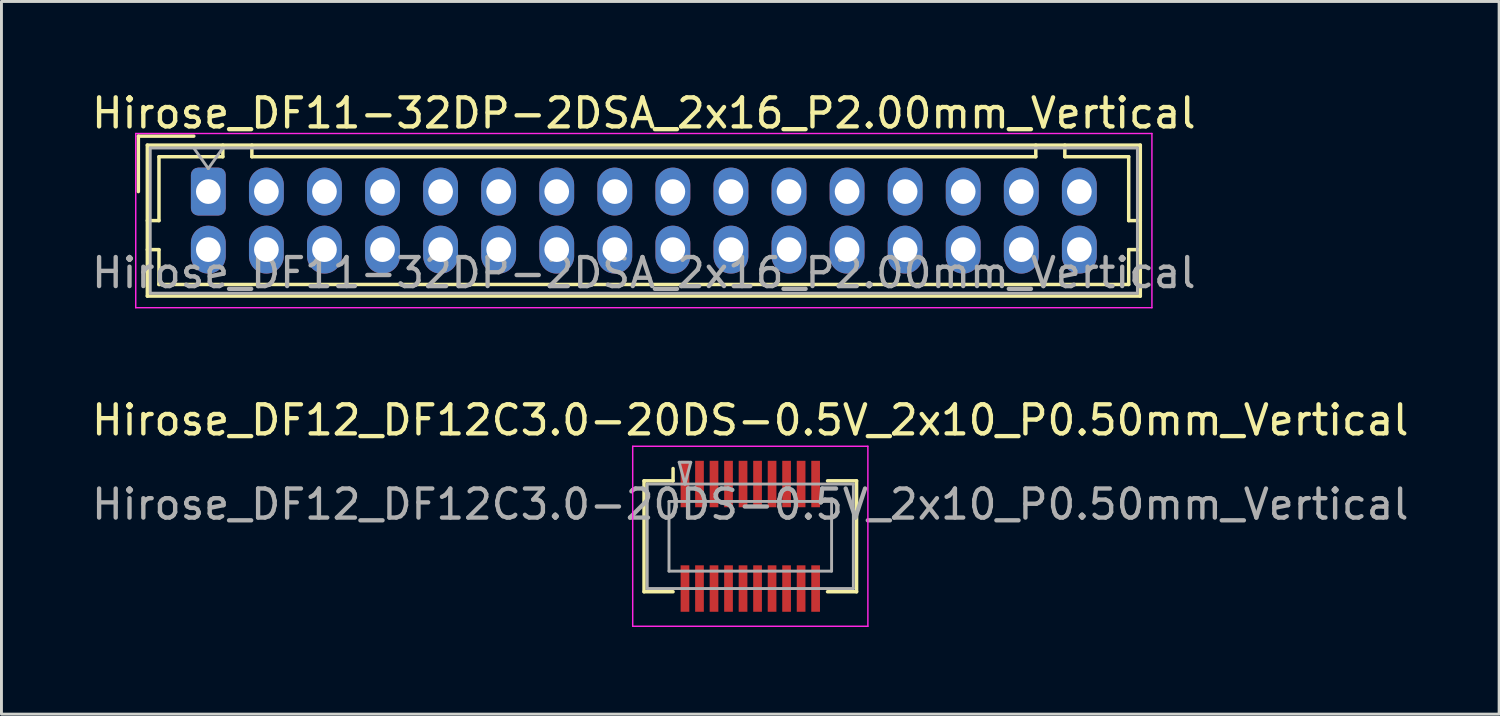
<source format=kicad_pcb>
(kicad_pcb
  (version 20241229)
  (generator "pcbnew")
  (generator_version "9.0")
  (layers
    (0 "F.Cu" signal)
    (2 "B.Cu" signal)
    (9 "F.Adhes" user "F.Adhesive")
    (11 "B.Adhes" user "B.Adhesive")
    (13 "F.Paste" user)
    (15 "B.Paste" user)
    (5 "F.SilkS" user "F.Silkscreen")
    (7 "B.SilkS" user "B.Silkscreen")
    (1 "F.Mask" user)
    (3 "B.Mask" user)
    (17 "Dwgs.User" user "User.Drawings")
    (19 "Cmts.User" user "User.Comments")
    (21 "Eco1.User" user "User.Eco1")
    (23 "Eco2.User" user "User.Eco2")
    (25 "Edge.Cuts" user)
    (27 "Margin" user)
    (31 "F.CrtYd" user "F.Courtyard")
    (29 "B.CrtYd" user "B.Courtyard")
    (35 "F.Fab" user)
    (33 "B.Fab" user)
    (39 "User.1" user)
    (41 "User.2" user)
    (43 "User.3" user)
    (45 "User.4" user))
  (footprint "Hirose_DF12_DF12C3.0-20DS-0.5V_2x10_P0.50mm_Vertical"
    (layer "F.Cu")
    (at 22.792 15.421)
    (property "Reference" "Hirose_DF12_DF12C3.0-20DS-0.5V_2x10_P0.50mm_Vertical" (at 0 -4 0) (layer "F.SilkS") (effects (font (size 1 1) (thickness 0.15))))
    (attr smd)
    (fp_line (start -3.66 -1.91) (end -2.66 -1.91) (stroke (width 0.12) (type solid)) (layer "F.SilkS"))
    (fp_line (start -3.66 1.91) (end -3.66 -1.91) (stroke (width 0.12) (type solid)) (layer "F.SilkS"))
    (fp_line (start -2.66 -1.91) (end -2.66 -2.333) (stroke (width 0.12) (type solid)) (layer "F.SilkS"))
    (fp_line (start -2.66 1.91) (end -3.66 1.91) (stroke (width 0.12) (type solid)) (layer "F.SilkS"))
    (fp_line (start 2.66 1.91) (end 3.66 1.91) (stroke (width 0.12) (type solid)) (layer "F.SilkS"))
    (fp_line (start 3.66 -1.91) (end 2.66 -1.91) (stroke (width 0.12) (type solid)) (layer "F.SilkS"))
    (fp_line (start 3.66 1.91) (end 3.66 -1.91) (stroke (width 0.12) (type solid)) (layer "F.SilkS"))
    (fp_line (start -4.05 -3.1) (end -4.05 3.1) (stroke (width 0.05) (type solid)) (layer "F.CrtYd"))
    (fp_line (start -4.05 3.1) (end 4.05 3.1) (stroke (width 0.05) (type solid)) (layer "F.CrtYd"))
    (fp_line (start 4.05 -3.1) (end -4.05 -3.1) (stroke (width 0.05) (type solid)) (layer "F.CrtYd"))
    (fp_line (start 4.05 3.1) (end 4.05 -3.1) (stroke (width 0.05) (type solid)) (layer "F.CrtYd"))
    (fp_line (start -3.55 -1.8) (end 3.55 -1.8) (stroke (width 0.1) (type solid)) (layer "F.Fab"))
    (fp_line (start -3.55 1.8) (end -3.55 -1.8) (stroke (width 0.1) (type solid)) (layer "F.Fab"))
    (fp_line (start -2.8 -1.2) (end 2.8 -1.2) (stroke (width 0.1) (type solid)) (layer "F.Fab"))
    (fp_line (start -2.8 1.2) (end -2.8 -1.2) (stroke (width 0.1) (type solid)) (layer "F.Fab"))
    (fp_line (start -2.45 -2.55) (end -2.25 -1.8) (stroke (width 0.1) (type solid)) (layer "F.Fab"))
    (fp_line (start -2.25 -1.8) (end -2.05 -2.55) (stroke (width 0.1) (type solid)) (layer "F.Fab"))
    (fp_line (start -2.05 -2.55) (end -2.45 -2.55) (stroke (width 0.1) (type solid)) (layer "F.Fab"))
    (fp_line (start 2.8 -1.2) (end 2.8 1.2) (stroke (width 0.1) (type solid)) (layer "F.Fab"))
    (fp_line (start 2.8 1.2) (end -2.8 1.2) (stroke (width 0.1) (type solid)) (layer "F.Fab"))
    (fp_line (start 3.55 -1.8) (end 3.55 1.8) (stroke (width 0.1) (type solid)) (layer "F.Fab"))
    (fp_line (start 3.55 1.8) (end -3.55 1.8) (stroke (width 0.1) (type solid)) (layer "F.Fab"))
    (fp_text user "${REFERENCE}" (at 0 -1.1 0) (layer "F.Fab") (effects (font (size 1 1) (thickness 0.15))))
    (pad "" smd rect (at -2.25 -2) (size 0.28 1.2) (layers "F.Paste"))
    (pad "" smd rect (at -2.25 2) (size 0.28 1.2) (layers "F.Paste"))
    (pad "" smd rect (at -1.75 -2) (size 0.28 1.2) (layers "F.Paste"))
    (pad "" smd rect (at -1.75 2) (size 0.28 1.2) (layers "F.Paste"))
    (pad "" smd rect (at -1.25 -2) (size 0.28 1.2) (layers "F.Paste"))
    (pad "" smd rect (at -1.25 2) (size 0.28 1.2) (layers "F.Paste"))
    (pad "" smd rect (at -0.75 -2) (size 0.28 1.2) (layers "F.Paste"))
    (pad "" smd rect (at -0.75 2) (size 0.28 1.2) (layers "F.Paste"))
    (pad "" smd rect (at -0.25 -2) (size 0.28 1.2) (layers "F.Paste"))
    (pad "" smd rect (at -0.25 2) (size 0.28 1.2) (layers "F.Paste"))
    (pad "" smd rect (at 0.25 -2) (size 0.28 1.2) (layers "F.Paste"))
    (pad "" smd rect (at 0.25 2) (size 0.28 1.2) (layers "F.Paste"))
    (pad "" smd rect (at 0.75 -2) (size 0.28 1.2) (layers "F.Paste"))
    (pad "" smd rect (at 0.75 2) (size 0.28 1.2) (layers "F.Paste"))
    (pad "" smd rect (at 1.25 -2) (size 0.28 1.2) (layers "F.Paste"))
    (pad "" smd rect (at 1.25 2) (size 0.28 1.2) (layers "F.Paste"))
    (pad "" smd rect (at 1.75 -2) (size 0.28 1.2) (layers "F.Paste"))
    (pad "" smd rect (at 1.75 2) (size 0.28 1.2) (layers "F.Paste"))
    (pad "" smd rect (at 2.25 -2) (size 0.28 1.2) (layers "F.Paste"))
    (pad "" smd rect (at 2.25 2) (size 0.28 1.2) (layers "F.Paste"))
    (pad "1" smd rect (at -2.25 -1.8) (size 0.3 1.6) (layers "F.Cu" "F.Mask"))
    (pad "2" smd rect (at -1.75 -1.8) (size 0.3 1.6) (layers "F.Cu" "F.Mask"))
    (pad "3" smd rect (at -1.25 -1.8) (size 0.3 1.6) (layers "F.Cu" "F.Mask"))
    (pad "4" smd rect (at -0.75 -1.8) (size 0.3 1.6) (layers "F.Cu" "F.Mask"))
    (pad "5" smd rect (at -0.25 -1.8) (size 0.3 1.6) (layers "F.Cu" "F.Mask"))
    (pad "6" smd rect (at 0.25 -1.8) (size 0.3 1.6) (layers "F.Cu" "F.Mask"))
    (pad "7" smd rect (at 0.75 -1.8) (size 0.3 1.6) (layers "F.Cu" "F.Mask"))
    (pad "8" smd rect (at 1.25 -1.8) (size 0.3 1.6) (layers "F.Cu" "F.Mask"))
    (pad "9" smd rect (at 1.75 -1.8) (size 0.3 1.6) (layers "F.Cu" "F.Mask"))
    (pad "10" smd rect (at 2.25 -1.8) (size 0.3 1.6) (layers "F.Cu" "F.Mask"))
    (pad "11" smd rect (at -2.25 1.8) (size 0.3 1.6) (layers "F.Cu" "F.Mask"))
    (pad "12" smd rect (at -1.75 1.8) (size 0.3 1.6) (layers "F.Cu" "F.Mask"))
    (pad "13" smd rect (at -1.25 1.8) (size 0.3 1.6) (layers "F.Cu" "F.Mask"))
    (pad "14" smd rect (at -0.75 1.8) (size 0.3 1.6) (layers "F.Cu" "F.Mask"))
    (pad "15" smd rect (at -0.25 1.8) (size 0.3 1.6) (layers "F.Cu" "F.Mask"))
    (pad "16" smd rect (at 0.25 1.8) (size 0.3 1.6) (layers "F.Cu" "F.Mask"))
    (pad "17" smd rect (at 0.75 1.8) (size 0.3 1.6) (layers "F.Cu" "F.Mask"))
    (pad "18" smd rect (at 1.25 1.8) (size 0.3 1.6) (layers "F.Cu" "F.Mask"))
    (pad "19" smd rect (at 1.75 1.8) (size 0.3 1.6) (layers "F.Cu" "F.Mask"))
    (pad "20" smd rect (at 2.25 1.8) (size 0.3 1.6) (layers "F.Cu" "F.Mask")))
  (footprint "Hirose_DF11-32DP-2DSA_2x16_P2.00mm_Vertical"
    (layer "F.Cu")
    (at 4.125 3.548)
    (property "Reference" "Hirose_DF11-32DP-2DSA_2x16_P2.00mm_Vertical" (at 15 -2.7 0) (layer "F.SilkS") (effects (font (size 1 1) (thickness 0.15))))
    (attr through_hole)
    (fp_line (start -2.41 -1.91) (end -0.5 -1.91) (stroke (width 0.12) (type solid)) (layer "F.SilkS"))
    (fp_line (start -2.41 0) (end -2.41 -1.91) (stroke (width 0.12) (type solid)) (layer "F.SilkS"))
    (fp_line (start -2.1 -1.6) (end -2.1 3.6) (stroke (width 0.12) (type solid)) (layer "F.SilkS"))
    (fp_line (start -2.1 1) (end -1.7 1) (stroke (width 0.12) (type solid)) (layer "F.SilkS"))
    (fp_line (start -2.1 2) (end -1.7 2) (stroke (width 0.12) (type solid)) (layer "F.SilkS"))
    (fp_line (start -2.1 3.6) (end 32.1 3.6) (stroke (width 0.12) (type solid)) (layer "F.SilkS"))
    (fp_line (start -1.7 -1.2) (end 0.5 -1.2) (stroke (width 0.12) (type solid)) (layer "F.SilkS"))
    (fp_line (start -1.7 1) (end -1.7 -1.2) (stroke (width 0.12) (type solid)) (layer "F.SilkS"))
    (fp_line (start -1.7 2) (end -1.7 3.2) (stroke (width 0.12) (type solid)) (layer "F.SilkS"))
    (fp_line (start -1.7 3.2) (end 31.7 3.2) (stroke (width 0.12) (type solid)) (layer "F.SilkS"))
    (fp_line (start 0.5 -1.2) (end 0.5 -1.6) (stroke (width 0.12) (type solid)) (layer "F.SilkS"))
    (fp_line (start 1.5 -1.6) (end 1.5 -1.2) (stroke (width 0.12) (type solid)) (layer "F.SilkS"))
    (fp_line (start 1.5 -1.2) (end 28.5 -1.2) (stroke (width 0.12) (type solid)) (layer "F.SilkS"))
    (fp_line (start 28.5 -1.2) (end 28.5 -1.6) (stroke (width 0.12) (type solid)) (layer "F.SilkS"))
    (fp_line (start 29.5 -1.2) (end 29.5 -1.6) (stroke (width 0.12) (type solid)) (layer "F.SilkS"))
    (fp_line (start 31.7 -1.2) (end 29.5 -1.2) (stroke (width 0.12) (type solid)) (layer "F.SilkS"))
    (fp_line (start 31.7 1) (end 31.7 -1.2) (stroke (width 0.12) (type solid)) (layer "F.SilkS"))
    (fp_line (start 31.7 2) (end 32.1 2) (stroke (width 0.12) (type solid)) (layer "F.SilkS"))
    (fp_line (start 31.7 3.2) (end 31.7 2) (stroke (width 0.12) (type solid)) (layer "F.SilkS"))
    (fp_line (start 32.1 -1.6) (end -2.1 -1.6) (stroke (width 0.12) (type solid)) (layer "F.SilkS"))
    (fp_line (start 32.1 1) (end 31.7 1) (stroke (width 0.12) (type solid)) (layer "F.SilkS"))
    (fp_line (start 32.1 3.6) (end 32.1 -1.6) (stroke (width 0.12) (type solid)) (layer "F.SilkS"))
    (fp_line (start -2.5 -2) (end -2.5 4) (stroke (width 0.05) (type solid)) (layer "F.CrtYd"))
    (fp_line (start -2.5 4) (end 32.5 4) (stroke (width 0.05) (type solid)) (layer "F.CrtYd"))
    (fp_line (start 32.5 -2) (end -2.5 -2) (stroke (width 0.05) (type solid)) (layer "F.CrtYd"))
    (fp_line (start 32.5 4) (end 32.5 -2) (stroke (width 0.05) (type solid)) (layer "F.CrtYd"))
    (fp_line (start -2 -1.5) (end -2 3.5) (stroke (width 0.1) (type solid)) (layer "F.Fab"))
    (fp_line (start -2 3.5) (end 32 3.5) (stroke (width 0.1) (type solid)) (layer "F.Fab"))
    (fp_line (start -0.5 -1.5) (end 0 -0.793) (stroke (width 0.1) (type solid)) (layer "F.Fab"))
    (fp_line (start 0 -0.793) (end 0.5 -1.5) (stroke (width 0.1) (type solid)) (layer "F.Fab"))
    (fp_line (start 32 -1.5) (end -2 -1.5) (stroke (width 0.1) (type solid)) (layer "F.Fab"))
    (fp_line (start 32 3.5) (end 32 -1.5) (stroke (width 0.1) (type solid)) (layer "F.Fab"))
    (fp_text user "${REFERENCE}" (at 15 2.8 0) (layer "F.Fab") (effects (font (size 1 1) (thickness 0.15))))
    (pad "1" thru_hole roundrect (at 0 0) (size 1.2 1.65) (drill 0.85) (layers "*.Cu" "*.Mask") (roundrect_rratio 0.208))
    (pad "2" thru_hole oval (at 0 2) (size 1.2 1.65) (drill 0.85) (layers "*.Cu" "*.Mask"))
    (pad "3" thru_hole oval (at 2 0) (size 1.2 1.65) (drill 0.85) (layers "*.Cu" "*.Mask"))
    (pad "4" thru_hole oval (at 2 2) (size 1.2 1.65) (drill 0.85) (layers "*.Cu" "*.Mask"))
    (pad "5" thru_hole oval (at 4 0) (size 1.2 1.65) (drill 0.85) (layers "*.Cu" "*.Mask"))
    (pad "6" thru_hole oval (at 4 2) (size 1.2 1.65) (drill 0.85) (layers "*.Cu" "*.Mask"))
    (pad "7" thru_hole oval (at 6 0) (size 1.2 1.65) (drill 0.85) (layers "*.Cu" "*.Mask"))
    (pad "8" thru_hole oval (at 6 2) (size 1.2 1.65) (drill 0.85) (layers "*.Cu" "*.Mask"))
    (pad "9" thru_hole oval (at 8 0) (size 1.2 1.65) (drill 0.85) (layers "*.Cu" "*.Mask"))
    (pad "10" thru_hole oval (at 8 2) (size 1.2 1.65) (drill 0.85) (layers "*.Cu" "*.Mask"))
    (pad "11" thru_hole oval (at 10 0) (size 1.2 1.65) (drill 0.85) (layers "*.Cu" "*.Mask"))
    (pad "12" thru_hole oval (at 10 2) (size 1.2 1.65) (drill 0.85) (layers "*.Cu" "*.Mask"))
    (pad "13" thru_hole oval (at 12 0) (size 1.2 1.65) (drill 0.85) (layers "*.Cu" "*.Mask"))
    (pad "14" thru_hole oval (at 12 2) (size 1.2 1.65) (drill 0.85) (layers "*.Cu" "*.Mask"))
    (pad "15" thru_hole oval (at 14 0) (size 1.2 1.65) (drill 0.85) (layers "*.Cu" "*.Mask"))
    (pad "16" thru_hole oval (at 14 2) (size 1.2 1.65) (drill 0.85) (layers "*.Cu" "*.Mask"))
    (pad "17" thru_hole oval (at 16 0) (size 1.2 1.65) (drill 0.85) (layers "*.Cu" "*.Mask"))
    (pad "18" thru_hole oval (at 16 2) (size 1.2 1.65) (drill 0.85) (layers "*.Cu" "*.Mask"))
    (pad "19" thru_hole oval (at 18 0) (size 1.2 1.65) (drill 0.85) (layers "*.Cu" "*.Mask"))
    (pad "20" thru_hole oval (at 18 2) (size 1.2 1.65) (drill 0.85) (layers "*.Cu" "*.Mask"))
    (pad "21" thru_hole oval (at 20 0) (size 1.2 1.65) (drill 0.85) (layers "*.Cu" "*.Mask"))
    (pad "22" thru_hole oval (at 20 2) (size 1.2 1.65) (drill 0.85) (layers "*.Cu" "*.Mask"))
    (pad "23" thru_hole oval (at 22 0) (size 1.2 1.65) (drill 0.85) (layers "*.Cu" "*.Mask"))
    (pad "24" thru_hole oval (at 22 2) (size 1.2 1.65) (drill 0.85) (layers "*.Cu" "*.Mask"))
    (pad "25" thru_hole oval (at 24 0) (size 1.2 1.65) (drill 0.85) (layers "*.Cu" "*.Mask"))
    (pad "26" thru_hole oval (at 24 2) (size 1.2 1.65) (drill 0.85) (layers "*.Cu" "*.Mask"))
    (pad "27" thru_hole oval (at 26 0) (size 1.2 1.65) (drill 0.85) (layers "*.Cu" "*.Mask"))
    (pad "28" thru_hole oval (at 26 2) (size 1.2 1.65) (drill 0.85) (layers "*.Cu" "*.Mask"))
    (pad "29" thru_hole oval (at 28 0) (size 1.2 1.65) (drill 0.85) (layers "*.Cu" "*.Mask"))
    (pad "30" thru_hole oval (at 28 2) (size 1.2 1.65) (drill 0.85) (layers "*.Cu" "*.Mask"))
    (pad "31" thru_hole oval (at 30 0) (size 1.2 1.65) (drill 0.85) (layers "*.Cu" "*.Mask"))
    (pad "32" thru_hole oval (at 30 2) (size 1.2 1.65) (drill 0.85) (layers "*.Cu" "*.Mask")))
  (gr_rect
    (start -3 -3)
    (end 48.583 21.547)
    (stroke (width 0.1) (type default))
    (fill no)
    (layer "Edge.Cuts")))
</source>
